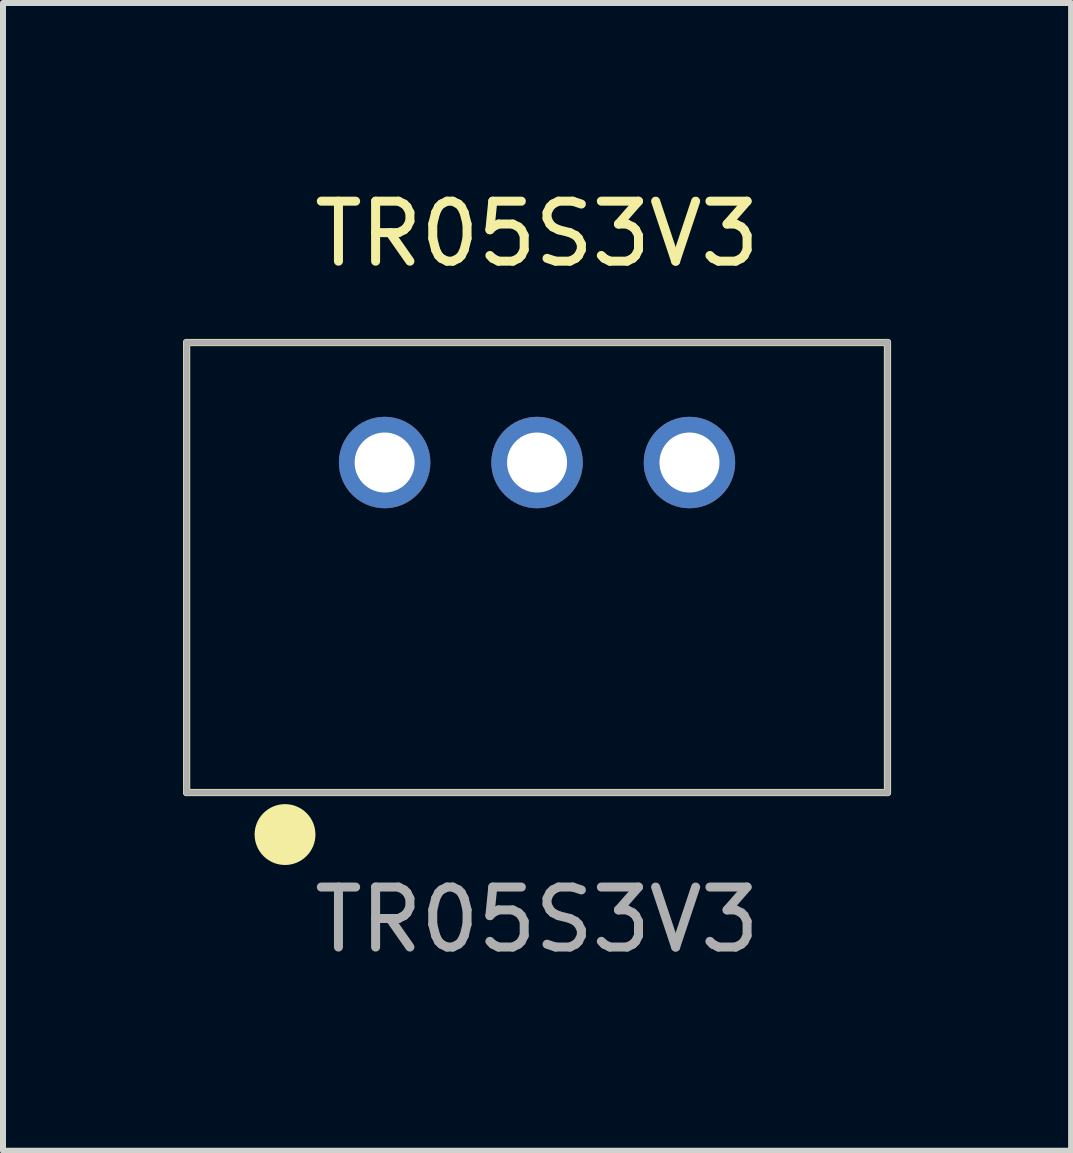
<source format=kicad_pcb>
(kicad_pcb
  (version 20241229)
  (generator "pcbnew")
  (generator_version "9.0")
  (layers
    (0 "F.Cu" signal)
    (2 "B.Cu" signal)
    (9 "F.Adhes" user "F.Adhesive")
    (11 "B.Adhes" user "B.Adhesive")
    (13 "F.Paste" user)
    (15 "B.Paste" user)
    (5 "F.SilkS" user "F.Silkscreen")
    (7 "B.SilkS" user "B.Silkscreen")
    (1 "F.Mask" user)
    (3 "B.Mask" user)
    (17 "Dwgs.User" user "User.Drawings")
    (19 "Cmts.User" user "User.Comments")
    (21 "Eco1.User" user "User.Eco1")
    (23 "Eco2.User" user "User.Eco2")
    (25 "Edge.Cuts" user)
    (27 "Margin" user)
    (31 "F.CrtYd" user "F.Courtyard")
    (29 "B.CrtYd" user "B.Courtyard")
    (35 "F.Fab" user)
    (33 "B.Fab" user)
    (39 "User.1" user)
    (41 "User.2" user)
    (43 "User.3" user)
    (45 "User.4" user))
  (footprint "TR05S3V3"
    (layer "F.Cu")
    (at 5.9 4.658)
    (property "Reference" "TR05S3V3" (at 0 -3.81 0) (unlocked yes) (layer "F.SilkS") (effects (font (size 1 1) (thickness 0.15))))
    (attr through_hole)
    (fp_line (start -5.84 -2) (end -5.84 5.5) (stroke (width 0.12) (type solid)) (layer "F.SilkS"))
    (fp_line (start -5.84 5.5) (end 5.84 5.5) (stroke (width 0.12) (type solid)) (layer "F.SilkS"))
    (fp_line (start 5.84 -2) (end -5.84 -2) (stroke (width 0.12) (type solid)) (layer "F.SilkS"))
    (fp_line (start 5.84 5.5) (end 5.84 -2) (stroke (width 0.12) (type solid)) (layer "F.SilkS"))
    (fp_circle (center -4.2 6.2) (end -3.753 6.2) (stroke (width 0.12) (type solid)) (fill yes) (layer "F.SilkS"))
    (fp_line (start -5.84 -2) (end 5.84 -2) (stroke (width 0.1) (type solid)) (layer "F.Fab"))
    (fp_line (start -5.84 5.5) (end -5.84 -2) (stroke (width 0.1) (type solid)) (layer "F.Fab"))
    (fp_line (start 5.84 -2) (end 5.84 5.5) (stroke (width 0.1) (type solid)) (layer "F.Fab"))
    (fp_line (start 5.84 5.5) (end -5.84 5.5) (stroke (width 0.1) (type solid)) (layer "F.Fab"))
    (fp_text user "${REFERENCE}" (at 0 7.62 0) (unlocked yes) (layer "F.Fab") (effects (font (size 1 1) (thickness 0.15))))
    (pad "1" thru_hole circle (at -2.54 0) (size 1.524 1.524) (drill 1) (layers "*.Cu" "*.Mask"))
    (pad "2" thru_hole circle (at 0 0) (size 1.524 1.524) (drill 1) (layers "*.Cu" "*.Mask"))
    (pad "3" thru_hole circle (at 2.54 0) (size 1.524 1.524) (drill 1) (layers "*.Cu" "*.Mask")))
  (gr_rect
    (start -3 -3)
    (end 14.8 16.127)
    (stroke (width 0.1) (type default))
    (fill no)
    (layer "Edge.Cuts")))
</source>
